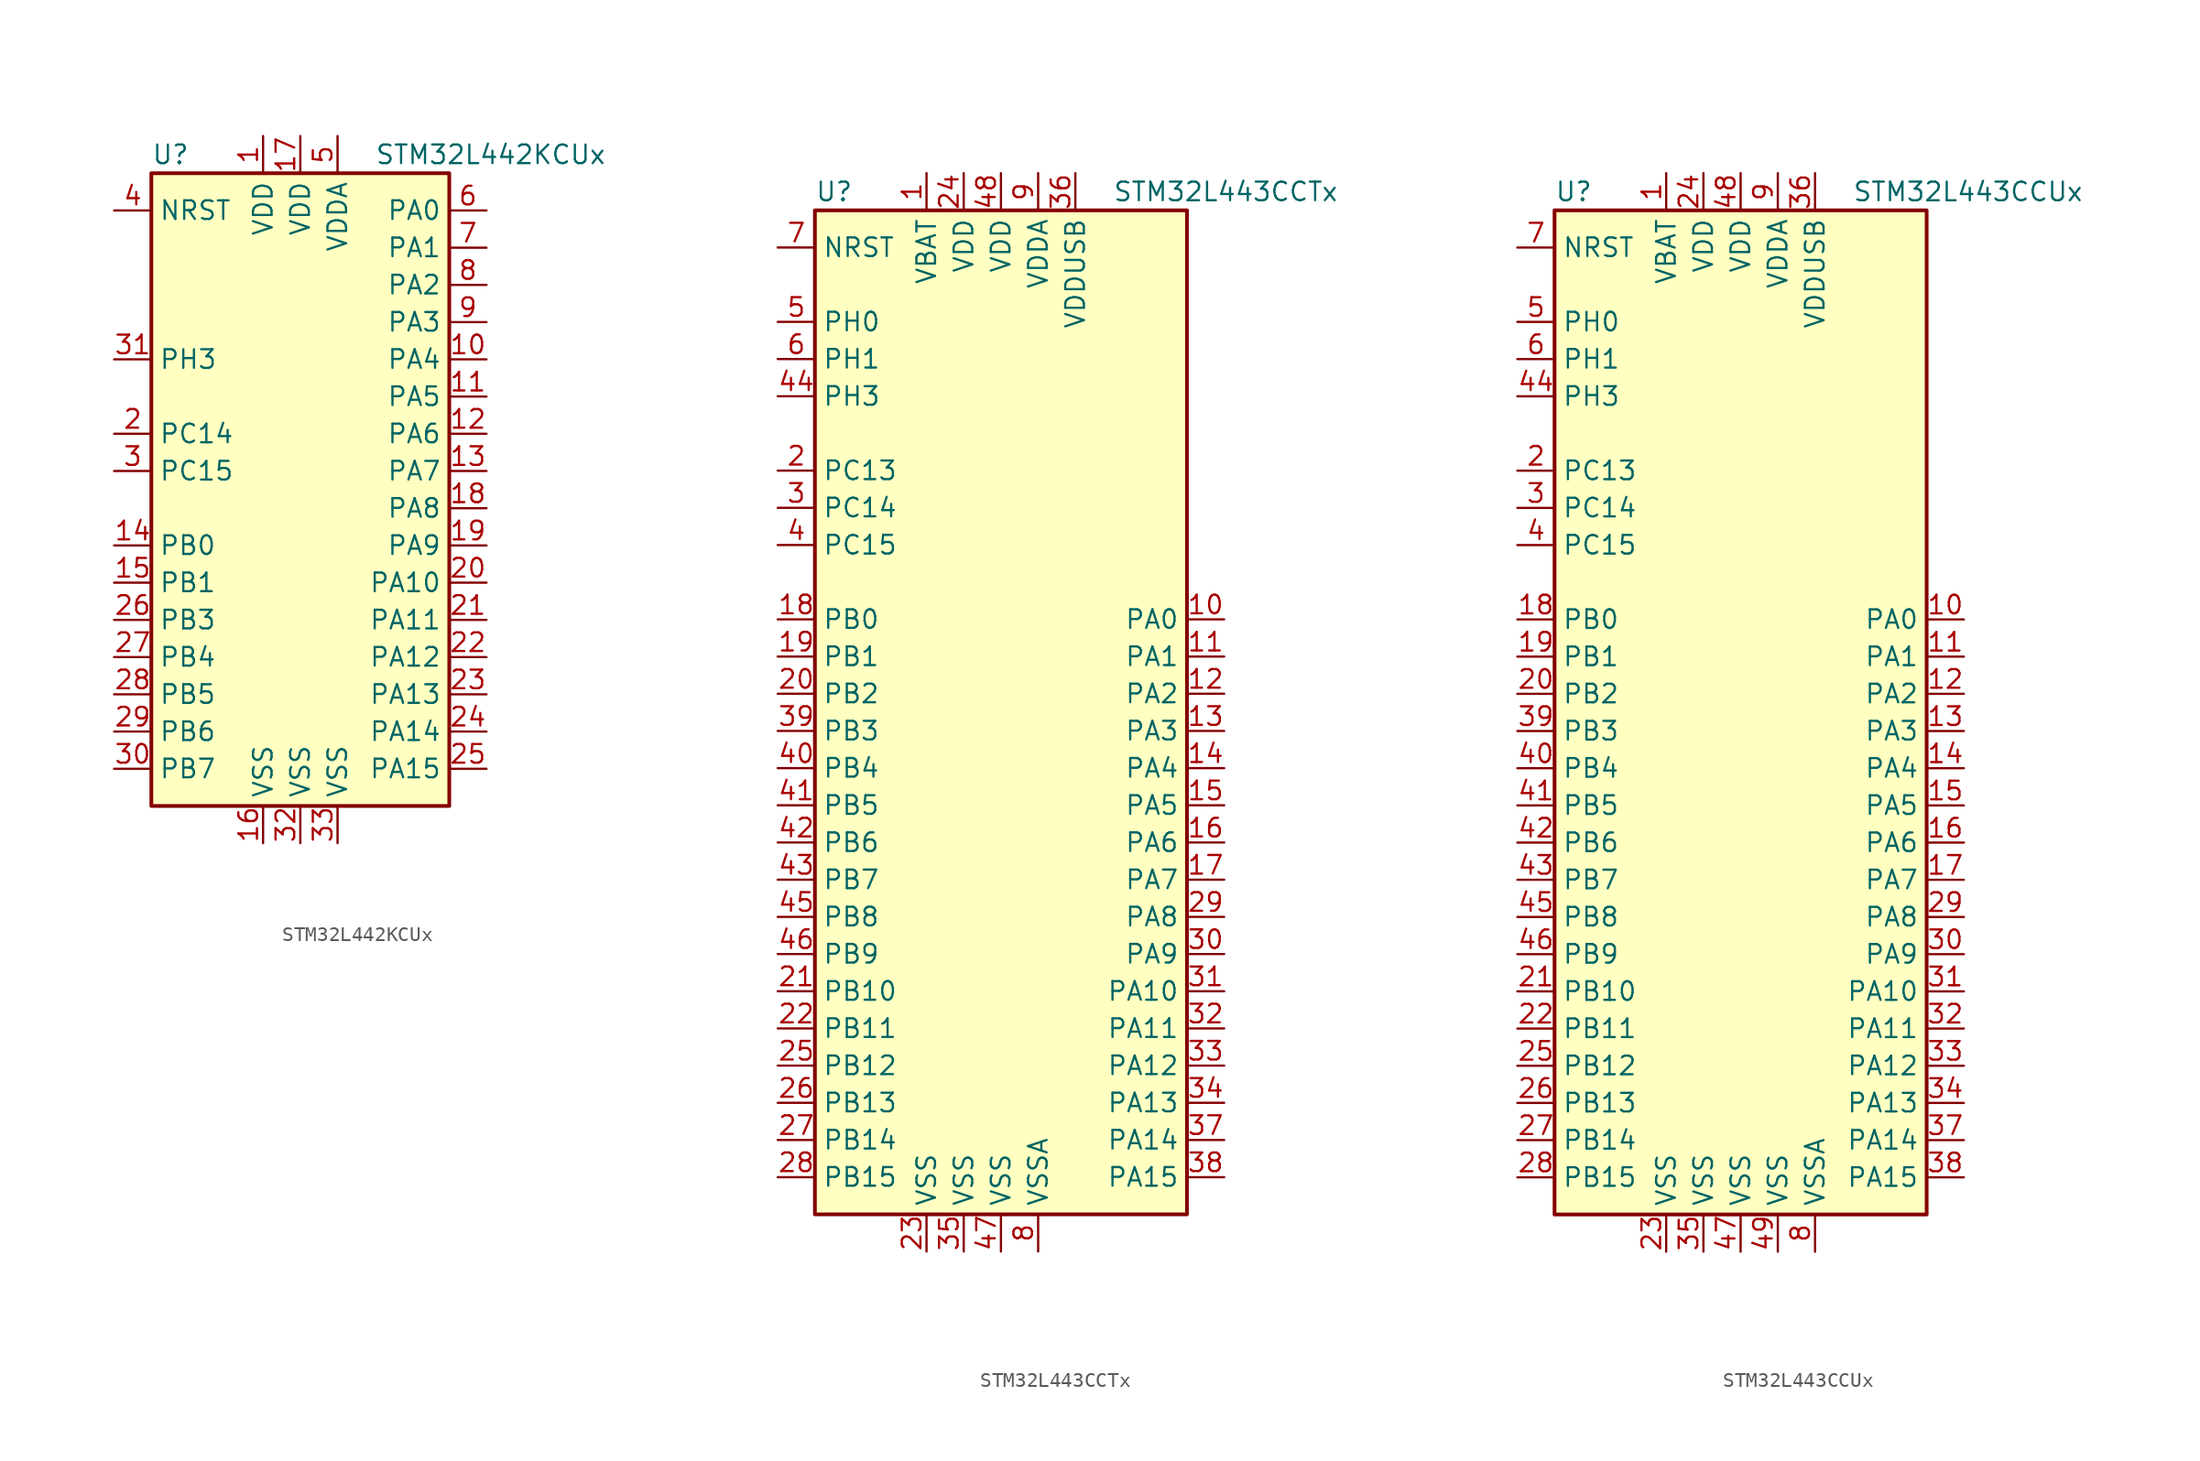
<source format=kicad_sym>
(kicad_symbol_lib
  (version 20201005)
  (generator kicad_symbol_editor)
  (symbol "MCU_ST_STM32L4:STM32L442KCUx"
    (property "Reference" "U"
      (at -10.16 21.59 0)
      (effects (font (size 1.27 1.27)) (justify left)))
    (property "Value" "STM32L442KCUx"
      (at 5.08 21.59 0)
      (effects (font (size 1.27 1.27)) (justify left)))
    (symbol "STM32L442KCUx_0_1"
      (rectangle (start -10.16 -22.86) (end 10.16 20.32) (stroke (width 0.254)) (fill (type background))))
    (symbol "STM32L442KCUx_1_1"
      (pin power_in line (at -2.54 22.86 270) (length 2.54) (name "VDD" (effects (font (size 1.27 1.27)))) (number "1" (effects (font (size 1.27 1.27)))))
      (pin bidirectional line (at 12.7 7.62 180) (length 2.54) (name "PA4" (effects (font (size 1.27 1.27)))) (number "10" (effects (font (size 1.27 1.27)))))
      (pin bidirectional line (at 12.7 5.08 180) (length 2.54) (name "PA5" (effects (font (size 1.27 1.27)))) (number "11" (effects (font (size 1.27 1.27)))))
      (pin bidirectional line (at 12.7 2.54 180) (length 2.54) (name "PA6" (effects (font (size 1.27 1.27)))) (number "12" (effects (font (size 1.27 1.27)))))
      (pin bidirectional line (at 12.7 0 180) (length 2.54) (name "PA7" (effects (font (size 1.27 1.27)))) (number "13" (effects (font (size 1.27 1.27)))))
      (pin bidirectional line (at -12.7 -5.08 0) (length 2.54) (name "PB0" (effects (font (size 1.27 1.27)))) (number "14" (effects (font (size 1.27 1.27)))))
      (pin bidirectional line (at -12.7 -7.62 0) (length 2.54) (name "PB1" (effects (font (size 1.27 1.27)))) (number "15" (effects (font (size 1.27 1.27)))))
      (pin power_in line (at -2.54 -25.4 90) (length 2.54) (name "VSS" (effects (font (size 1.27 1.27)))) (number "16" (effects (font (size 1.27 1.27)))))
      (pin power_in line (at 0 22.86 270) (length 2.54) (name "VDD" (effects (font (size 1.27 1.27)))) (number "17" (effects (font (size 1.27 1.27)))))
      (pin bidirectional line (at 12.7 -2.54 180) (length 2.54) (name "PA8" (effects (font (size 1.27 1.27)))) (number "18" (effects (font (size 1.27 1.27)))))
      (pin bidirectional line (at 12.7 -5.08 180) (length 2.54) (name "PA9" (effects (font (size 1.27 1.27)))) (number "19" (effects (font (size 1.27 1.27)))))
      (pin bidirectional line (at -12.7 2.54 0) (length 2.54) (name "PC14" (effects (font (size 1.27 1.27)))) (number "2" (effects (font (size 1.27 1.27)))))
      (pin bidirectional line (at 12.7 -7.62 180) (length 2.54) (name "PA10" (effects (font (size 1.27 1.27)))) (number "20" (effects (font (size 1.27 1.27)))))
      (pin bidirectional line (at 12.7 -10.16 180) (length 2.54) (name "PA11" (effects (font (size 1.27 1.27)))) (number "21" (effects (font (size 1.27 1.27)))))
      (pin bidirectional line (at 12.7 -12.7 180) (length 2.54) (name "PA12" (effects (font (size 1.27 1.27)))) (number "22" (effects (font (size 1.27 1.27)))))
      (pin bidirectional line (at 12.7 -15.24 180) (length 2.54) (name "PA13" (effects (font (size 1.27 1.27)))) (number "23" (effects (font (size 1.27 1.27)))))
      (pin bidirectional line (at 12.7 -17.78 180) (length 2.54) (name "PA14" (effects (font (size 1.27 1.27)))) (number "24" (effects (font (size 1.27 1.27)))))
      (pin bidirectional line (at 12.7 -20.32 180) (length 2.54) (name "PA15" (effects (font (size 1.27 1.27)))) (number "25" (effects (font (size 1.27 1.27)))))
      (pin bidirectional line (at -12.7 -10.16 0) (length 2.54) (name "PB3" (effects (font (size 1.27 1.27)))) (number "26" (effects (font (size 1.27 1.27)))))
      (pin bidirectional line (at -12.7 -12.7 0) (length 2.54) (name "PB4" (effects (font (size 1.27 1.27)))) (number "27" (effects (font (size 1.27 1.27)))))
      (pin bidirectional line (at -12.7 -15.24 0) (length 2.54) (name "PB5" (effects (font (size 1.27 1.27)))) (number "28" (effects (font (size 1.27 1.27)))))
      (pin bidirectional line (at -12.7 -17.78 0) (length 2.54) (name "PB6" (effects (font (size 1.27 1.27)))) (number "29" (effects (font (size 1.27 1.27)))))
      (pin bidirectional line (at -12.7 0 0) (length 2.54) (name "PC15" (effects (font (size 1.27 1.27)))) (number "3" (effects (font (size 1.27 1.27)))))
      (pin bidirectional line (at -12.7 -20.32 0) (length 2.54) (name "PB7" (effects (font (size 1.27 1.27)))) (number "30" (effects (font (size 1.27 1.27)))))
      (pin bidirectional line (at -12.7 7.62 0) (length 2.54) (name "PH3" (effects (font (size 1.27 1.27)))) (number "31" (effects (font (size 1.27 1.27)))))
      (pin power_in line (at 0 -25.4 90) (length 2.54) (name "VSS" (effects (font (size 1.27 1.27)))) (number "32" (effects (font (size 1.27 1.27)))))
      (pin power_in line (at 2.54 -25.4 90) (length 2.54) (name "VSS" (effects (font (size 1.27 1.27)))) (number "33" (effects (font (size 1.27 1.27)))))
      (pin input line (at -12.7 17.78 0) (length 2.54) (name "NRST" (effects (font (size 1.27 1.27)))) (number "4" (effects (font (size 1.27 1.27)))))
      (pin power_in line (at 2.54 22.86 270) (length 2.54) (name "VDDA" (effects (font (size 1.27 1.27)))) (number "5" (effects (font (size 1.27 1.27)))))
      (pin bidirectional line (at 12.7 17.78 180) (length 2.54) (name "PA0" (effects (font (size 1.27 1.27)))) (number "6" (effects (font (size 1.27 1.27)))))
      (pin bidirectional line (at 12.7 15.24 180) (length 2.54) (name "PA1" (effects (font (size 1.27 1.27)))) (number "7" (effects (font (size 1.27 1.27)))))
      (pin bidirectional line (at 12.7 12.7 180) (length 2.54) (name "PA2" (effects (font (size 1.27 1.27)))) (number "8" (effects (font (size 1.27 1.27)))))
      (pin bidirectional line (at 12.7 10.16 180) (length 2.54) (name "PA3" (effects (font (size 1.27 1.27)))) (number "9" (effects (font (size 1.27 1.27)))))))
  (symbol "MCU_ST_STM32L4:STM32L443CCTx"
    (property "Reference" "U"
      (at -12.7 34.29 0)
      (effects (font (size 1.27 1.27)) (justify left)))
    (property "Value" "STM32L443CCTx"
      (at 7.62 34.29 0)
      (effects (font (size 1.27 1.27)) (justify left)))
    (symbol "STM32L443CCTx_0_1"
      (rectangle (start -12.7 -35.56) (end 12.7 33.02) (stroke (width 0.254)) (fill (type background))))
    (symbol "STM32L443CCTx_1_1"
      (pin power_in line (at -5.08 35.56 270) (length 2.54) (name "VBAT" (effects (font (size 1.27 1.27)))) (number "1" (effects (font (size 1.27 1.27)))))
      (pin bidirectional line (at 15.24 5.08 180) (length 2.54) (name "PA0" (effects (font (size 1.27 1.27)))) (number "10" (effects (font (size 1.27 1.27)))))
      (pin bidirectional line (at 15.24 2.54 180) (length 2.54) (name "PA1" (effects (font (size 1.27 1.27)))) (number "11" (effects (font (size 1.27 1.27)))))
      (pin bidirectional line (at 15.24 0 180) (length 2.54) (name "PA2" (effects (font (size 1.27 1.27)))) (number "12" (effects (font (size 1.27 1.27)))))
      (pin bidirectional line (at 15.24 -2.54 180) (length 2.54) (name "PA3" (effects (font (size 1.27 1.27)))) (number "13" (effects (font (size 1.27 1.27)))))
      (pin bidirectional line (at 15.24 -5.08 180) (length 2.54) (name "PA4" (effects (font (size 1.27 1.27)))) (number "14" (effects (font (size 1.27 1.27)))))
      (pin bidirectional line (at 15.24 -7.62 180) (length 2.54) (name "PA5" (effects (font (size 1.27 1.27)))) (number "15" (effects (font (size 1.27 1.27)))))
      (pin bidirectional line (at 15.24 -10.16 180) (length 2.54) (name "PA6" (effects (font (size 1.27 1.27)))) (number "16" (effects (font (size 1.27 1.27)))))
      (pin bidirectional line (at 15.24 -12.7 180) (length 2.54) (name "PA7" (effects (font (size 1.27 1.27)))) (number "17" (effects (font (size 1.27 1.27)))))
      (pin bidirectional line (at -15.24 5.08 0) (length 2.54) (name "PB0" (effects (font (size 1.27 1.27)))) (number "18" (effects (font (size 1.27 1.27)))))
      (pin bidirectional line (at -15.24 2.54 0) (length 2.54) (name "PB1" (effects (font (size 1.27 1.27)))) (number "19" (effects (font (size 1.27 1.27)))))
      (pin bidirectional line (at -15.24 15.24 0) (length 2.54) (name "PC13" (effects (font (size 1.27 1.27)))) (number "2" (effects (font (size 1.27 1.27)))))
      (pin bidirectional line (at -15.24 0 0) (length 2.54) (name "PB2" (effects (font (size 1.27 1.27)))) (number "20" (effects (font (size 1.27 1.27)))))
      (pin bidirectional line (at -15.24 -20.32 0) (length 2.54) (name "PB10" (effects (font (size 1.27 1.27)))) (number "21" (effects (font (size 1.27 1.27)))))
      (pin bidirectional line (at -15.24 -22.86 0) (length 2.54) (name "PB11" (effects (font (size 1.27 1.27)))) (number "22" (effects (font (size 1.27 1.27)))))
      (pin power_in line (at -5.08 -38.1 90) (length 2.54) (name "VSS" (effects (font (size 1.27 1.27)))) (number "23" (effects (font (size 1.27 1.27)))))
      (pin power_in line (at -2.54 35.56 270) (length 2.54) (name "VDD" (effects (font (size 1.27 1.27)))) (number "24" (effects (font (size 1.27 1.27)))))
      (pin bidirectional line (at -15.24 -25.4 0) (length 2.54) (name "PB12" (effects (font (size 1.27 1.27)))) (number "25" (effects (font (size 1.27 1.27)))))
      (pin bidirectional line (at -15.24 -27.94 0) (length 2.54) (name "PB13" (effects (font (size 1.27 1.27)))) (number "26" (effects (font (size 1.27 1.27)))))
      (pin bidirectional line (at -15.24 -30.48 0) (length 2.54) (name "PB14" (effects (font (size 1.27 1.27)))) (number "27" (effects (font (size 1.27 1.27)))))
      (pin bidirectional line (at -15.24 -33.02 0) (length 2.54) (name "PB15" (effects (font (size 1.27 1.27)))) (number "28" (effects (font (size 1.27 1.27)))))
      (pin bidirectional line (at 15.24 -15.24 180) (length 2.54) (name "PA8" (effects (font (size 1.27 1.27)))) (number "29" (effects (font (size 1.27 1.27)))))
      (pin bidirectional line (at -15.24 12.7 0) (length 2.54) (name "PC14" (effects (font (size 1.27 1.27)))) (number "3" (effects (font (size 1.27 1.27)))))
      (pin bidirectional line (at 15.24 -17.78 180) (length 2.54) (name "PA9" (effects (font (size 1.27 1.27)))) (number "30" (effects (font (size 1.27 1.27)))))
      (pin bidirectional line (at 15.24 -20.32 180) (length 2.54) (name "PA10" (effects (font (size 1.27 1.27)))) (number "31" (effects (font (size 1.27 1.27)))))
      (pin bidirectional line (at 15.24 -22.86 180) (length 2.54) (name "PA11" (effects (font (size 1.27 1.27)))) (number "32" (effects (font (size 1.27 1.27)))))
      (pin bidirectional line (at 15.24 -25.4 180) (length 2.54) (name "PA12" (effects (font (size 1.27 1.27)))) (number "33" (effects (font (size 1.27 1.27)))))
      (pin bidirectional line (at 15.24 -27.94 180) (length 2.54) (name "PA13" (effects (font (size 1.27 1.27)))) (number "34" (effects (font (size 1.27 1.27)))))
      (pin power_in line (at -2.54 -38.1 90) (length 2.54) (name "VSS" (effects (font (size 1.27 1.27)))) (number "35" (effects (font (size 1.27 1.27)))))
      (pin power_in line (at 5.08 35.56 270) (length 2.54) (name "VDDUSB" (effects (font (size 1.27 1.27)))) (number "36" (effects (font (size 1.27 1.27)))))
      (pin bidirectional line (at 15.24 -30.48 180) (length 2.54) (name "PA14" (effects (font (size 1.27 1.27)))) (number "37" (effects (font (size 1.27 1.27)))))
      (pin bidirectional line (at 15.24 -33.02 180) (length 2.54) (name "PA15" (effects (font (size 1.27 1.27)))) (number "38" (effects (font (size 1.27 1.27)))))
      (pin bidirectional line (at -15.24 -2.54 0) (length 2.54) (name "PB3" (effects (font (size 1.27 1.27)))) (number "39" (effects (font (size 1.27 1.27)))))
      (pin bidirectional line (at -15.24 10.16 0) (length 2.54) (name "PC15" (effects (font (size 1.27 1.27)))) (number "4" (effects (font (size 1.27 1.27)))))
      (pin bidirectional line (at -15.24 -5.08 0) (length 2.54) (name "PB4" (effects (font (size 1.27 1.27)))) (number "40" (effects (font (size 1.27 1.27)))))
      (pin bidirectional line (at -15.24 -7.62 0) (length 2.54) (name "PB5" (effects (font (size 1.27 1.27)))) (number "41" (effects (font (size 1.27 1.27)))))
      (pin bidirectional line (at -15.24 -10.16 0) (length 2.54) (name "PB6" (effects (font (size 1.27 1.27)))) (number "42" (effects (font (size 1.27 1.27)))))
      (pin bidirectional line (at -15.24 -12.7 0) (length 2.54) (name "PB7" (effects (font (size 1.27 1.27)))) (number "43" (effects (font (size 1.27 1.27)))))
      (pin bidirectional line (at -15.24 20.32 0) (length 2.54) (name "PH3" (effects (font (size 1.27 1.27)))) (number "44" (effects (font (size 1.27 1.27)))))
      (pin bidirectional line (at -15.24 -15.24 0) (length 2.54) (name "PB8" (effects (font (size 1.27 1.27)))) (number "45" (effects (font (size 1.27 1.27)))))
      (pin bidirectional line (at -15.24 -17.78 0) (length 2.54) (name "PB9" (effects (font (size 1.27 1.27)))) (number "46" (effects (font (size 1.27 1.27)))))
      (pin power_in line (at 0 -38.1 90) (length 2.54) (name "VSS" (effects (font (size 1.27 1.27)))) (number "47" (effects (font (size 1.27 1.27)))))
      (pin power_in line (at 0 35.56 270) (length 2.54) (name "VDD" (effects (font (size 1.27 1.27)))) (number "48" (effects (font (size 1.27 1.27)))))
      (pin input line (at -15.24 25.4 0) (length 2.54) (name "PH0" (effects (font (size 1.27 1.27)))) (number "5" (effects (font (size 1.27 1.27)))))
      (pin input line (at -15.24 22.86 0) (length 2.54) (name "PH1" (effects (font (size 1.27 1.27)))) (number "6" (effects (font (size 1.27 1.27)))))
      (pin input line (at -15.24 30.48 0) (length 2.54) (name "NRST" (effects (font (size 1.27 1.27)))) (number "7" (effects (font (size 1.27 1.27)))))
      (pin power_in line (at 2.54 -38.1 90) (length 2.54) (name "VSSA" (effects (font (size 1.27 1.27)))) (number "8" (effects (font (size 1.27 1.27)))))
      (pin power_in line (at 2.54 35.56 270) (length 2.54) (name "VDDA" (effects (font (size 1.27 1.27)))) (number "9" (effects (font (size 1.27 1.27)))))))
  (symbol "MCU_ST_STM32L4:STM32L443CCUx"
    (property "Reference" "U"
      (at -12.7 34.29 0)
      (effects (font (size 1.27 1.27)) (justify left)))
    (property "Value" "STM32L443CCUx"
      (at 7.62 34.29 0)
      (effects (font (size 1.27 1.27)) (justify left)))
    (symbol "STM32L443CCUx_0_1"
      (rectangle (start -12.7 -35.56) (end 12.7 33.02) (stroke (width 0.254)) (fill (type background))))
    (symbol "STM32L443CCUx_1_1"
      (pin power_in line (at -5.08 35.56 270) (length 2.54) (name "VBAT" (effects (font (size 1.27 1.27)))) (number "1" (effects (font (size 1.27 1.27)))))
      (pin bidirectional line (at 15.24 5.08 180) (length 2.54) (name "PA0" (effects (font (size 1.27 1.27)))) (number "10" (effects (font (size 1.27 1.27)))))
      (pin bidirectional line (at 15.24 2.54 180) (length 2.54) (name "PA1" (effects (font (size 1.27 1.27)))) (number "11" (effects (font (size 1.27 1.27)))))
      (pin bidirectional line (at 15.24 0 180) (length 2.54) (name "PA2" (effects (font (size 1.27 1.27)))) (number "12" (effects (font (size 1.27 1.27)))))
      (pin bidirectional line (at 15.24 -2.54 180) (length 2.54) (name "PA3" (effects (font (size 1.27 1.27)))) (number "13" (effects (font (size 1.27 1.27)))))
      (pin bidirectional line (at 15.24 -5.08 180) (length 2.54) (name "PA4" (effects (font (size 1.27 1.27)))) (number "14" (effects (font (size 1.27 1.27)))))
      (pin bidirectional line (at 15.24 -7.62 180) (length 2.54) (name "PA5" (effects (font (size 1.27 1.27)))) (number "15" (effects (font (size 1.27 1.27)))))
      (pin bidirectional line (at 15.24 -10.16 180) (length 2.54) (name "PA6" (effects (font (size 1.27 1.27)))) (number "16" (effects (font (size 1.27 1.27)))))
      (pin bidirectional line (at 15.24 -12.7 180) (length 2.54) (name "PA7" (effects (font (size 1.27 1.27)))) (number "17" (effects (font (size 1.27 1.27)))))
      (pin bidirectional line (at -15.24 5.08 0) (length 2.54) (name "PB0" (effects (font (size 1.27 1.27)))) (number "18" (effects (font (size 1.27 1.27)))))
      (pin bidirectional line (at -15.24 2.54 0) (length 2.54) (name "PB1" (effects (font (size 1.27 1.27)))) (number "19" (effects (font (size 1.27 1.27)))))
      (pin bidirectional line (at -15.24 15.24 0) (length 2.54) (name "PC13" (effects (font (size 1.27 1.27)))) (number "2" (effects (font (size 1.27 1.27)))))
      (pin bidirectional line (at -15.24 0 0) (length 2.54) (name "PB2" (effects (font (size 1.27 1.27)))) (number "20" (effects (font (size 1.27 1.27)))))
      (pin bidirectional line (at -15.24 -20.32 0) (length 2.54) (name "PB10" (effects (font (size 1.27 1.27)))) (number "21" (effects (font (size 1.27 1.27)))))
      (pin bidirectional line (at -15.24 -22.86 0) (length 2.54) (name "PB11" (effects (font (size 1.27 1.27)))) (number "22" (effects (font (size 1.27 1.27)))))
      (pin power_in line (at -5.08 -38.1 90) (length 2.54) (name "VSS" (effects (font (size 1.27 1.27)))) (number "23" (effects (font (size 1.27 1.27)))))
      (pin power_in line (at -2.54 35.56 270) (length 2.54) (name "VDD" (effects (font (size 1.27 1.27)))) (number "24" (effects (font (size 1.27 1.27)))))
      (pin bidirectional line (at -15.24 -25.4 0) (length 2.54) (name "PB12" (effects (font (size 1.27 1.27)))) (number "25" (effects (font (size 1.27 1.27)))))
      (pin bidirectional line (at -15.24 -27.94 0) (length 2.54) (name "PB13" (effects (font (size 1.27 1.27)))) (number "26" (effects (font (size 1.27 1.27)))))
      (pin bidirectional line (at -15.24 -30.48 0) (length 2.54) (name "PB14" (effects (font (size 1.27 1.27)))) (number "27" (effects (font (size 1.27 1.27)))))
      (pin bidirectional line (at -15.24 -33.02 0) (length 2.54) (name "PB15" (effects (font (size 1.27 1.27)))) (number "28" (effects (font (size 1.27 1.27)))))
      (pin bidirectional line (at 15.24 -15.24 180) (length 2.54) (name "PA8" (effects (font (size 1.27 1.27)))) (number "29" (effects (font (size 1.27 1.27)))))
      (pin bidirectional line (at -15.24 12.7 0) (length 2.54) (name "PC14" (effects (font (size 1.27 1.27)))) (number "3" (effects (font (size 1.27 1.27)))))
      (pin bidirectional line (at 15.24 -17.78 180) (length 2.54) (name "PA9" (effects (font (size 1.27 1.27)))) (number "30" (effects (font (size 1.27 1.27)))))
      (pin bidirectional line (at 15.24 -20.32 180) (length 2.54) (name "PA10" (effects (font (size 1.27 1.27)))) (number "31" (effects (font (size 1.27 1.27)))))
      (pin bidirectional line (at 15.24 -22.86 180) (length 2.54) (name "PA11" (effects (font (size 1.27 1.27)))) (number "32" (effects (font (size 1.27 1.27)))))
      (pin bidirectional line (at 15.24 -25.4 180) (length 2.54) (name "PA12" (effects (font (size 1.27 1.27)))) (number "33" (effects (font (size 1.27 1.27)))))
      (pin bidirectional line (at 15.24 -27.94 180) (length 2.54) (name "PA13" (effects (font (size 1.27 1.27)))) (number "34" (effects (font (size 1.27 1.27)))))
      (pin power_in line (at -2.54 -38.1 90) (length 2.54) (name "VSS" (effects (font (size 1.27 1.27)))) (number "35" (effects (font (size 1.27 1.27)))))
      (pin power_in line (at 5.08 35.56 270) (length 2.54) (name "VDDUSB" (effects (font (size 1.27 1.27)))) (number "36" (effects (font (size 1.27 1.27)))))
      (pin bidirectional line (at 15.24 -30.48 180) (length 2.54) (name "PA14" (effects (font (size 1.27 1.27)))) (number "37" (effects (font (size 1.27 1.27)))))
      (pin bidirectional line (at 15.24 -33.02 180) (length 2.54) (name "PA15" (effects (font (size 1.27 1.27)))) (number "38" (effects (font (size 1.27 1.27)))))
      (pin bidirectional line (at -15.24 -2.54 0) (length 2.54) (name "PB3" (effects (font (size 1.27 1.27)))) (number "39" (effects (font (size 1.27 1.27)))))
      (pin bidirectional line (at -15.24 10.16 0) (length 2.54) (name "PC15" (effects (font (size 1.27 1.27)))) (number "4" (effects (font (size 1.27 1.27)))))
      (pin bidirectional line (at -15.24 -5.08 0) (length 2.54) (name "PB4" (effects (font (size 1.27 1.27)))) (number "40" (effects (font (size 1.27 1.27)))))
      (pin bidirectional line (at -15.24 -7.62 0) (length 2.54) (name "PB5" (effects (font (size 1.27 1.27)))) (number "41" (effects (font (size 1.27 1.27)))))
      (pin bidirectional line (at -15.24 -10.16 0) (length 2.54) (name "PB6" (effects (font (size 1.27 1.27)))) (number "42" (effects (font (size 1.27 1.27)))))
      (pin bidirectional line (at -15.24 -12.7 0) (length 2.54) (name "PB7" (effects (font (size 1.27 1.27)))) (number "43" (effects (font (size 1.27 1.27)))))
      (pin bidirectional line (at -15.24 20.32 0) (length 2.54) (name "PH3" (effects (font (size 1.27 1.27)))) (number "44" (effects (font (size 1.27 1.27)))))
      (pin bidirectional line (at -15.24 -15.24 0) (length 2.54) (name "PB8" (effects (font (size 1.27 1.27)))) (number "45" (effects (font (size 1.27 1.27)))))
      (pin bidirectional line (at -15.24 -17.78 0) (length 2.54) (name "PB9" (effects (font (size 1.27 1.27)))) (number "46" (effects (font (size 1.27 1.27)))))
      (pin power_in line (at 0 -38.1 90) (length 2.54) (name "VSS" (effects (font (size 1.27 1.27)))) (number "47" (effects (font (size 1.27 1.27)))))
      (pin power_in line (at 0 35.56 270) (length 2.54) (name "VDD" (effects (font (size 1.27 1.27)))) (number "48" (effects (font (size 1.27 1.27)))))
      (pin power_in line (at 2.54 -38.1 90) (length 2.54) (name "VSS" (effects (font (size 1.27 1.27)))) (number "49" (effects (font (size 1.27 1.27)))))
      (pin input line (at -15.24 25.4 0) (length 2.54) (name "PH0" (effects (font (size 1.27 1.27)))) (number "5" (effects (font (size 1.27 1.27)))))
      (pin input line (at -15.24 22.86 0) (length 2.54) (name "PH1" (effects (font (size 1.27 1.27)))) (number "6" (effects (font (size 1.27 1.27)))))
      (pin input line (at -15.24 30.48 0) (length 2.54) (name "NRST" (effects (font (size 1.27 1.27)))) (number "7" (effects (font (size 1.27 1.27)))))
      (pin power_in line (at 5.08 -38.1 90) (length 2.54) (name "VSSA" (effects (font (size 1.27 1.27)))) (number "8" (effects (font (size 1.27 1.27)))))
      (pin power_in line (at 2.54 35.56 270) (length 2.54) (name "VDDA" (effects (font (size 1.27 1.27)))) (number "9" (effects (font (size 1.27 1.27))))))))
</source>
